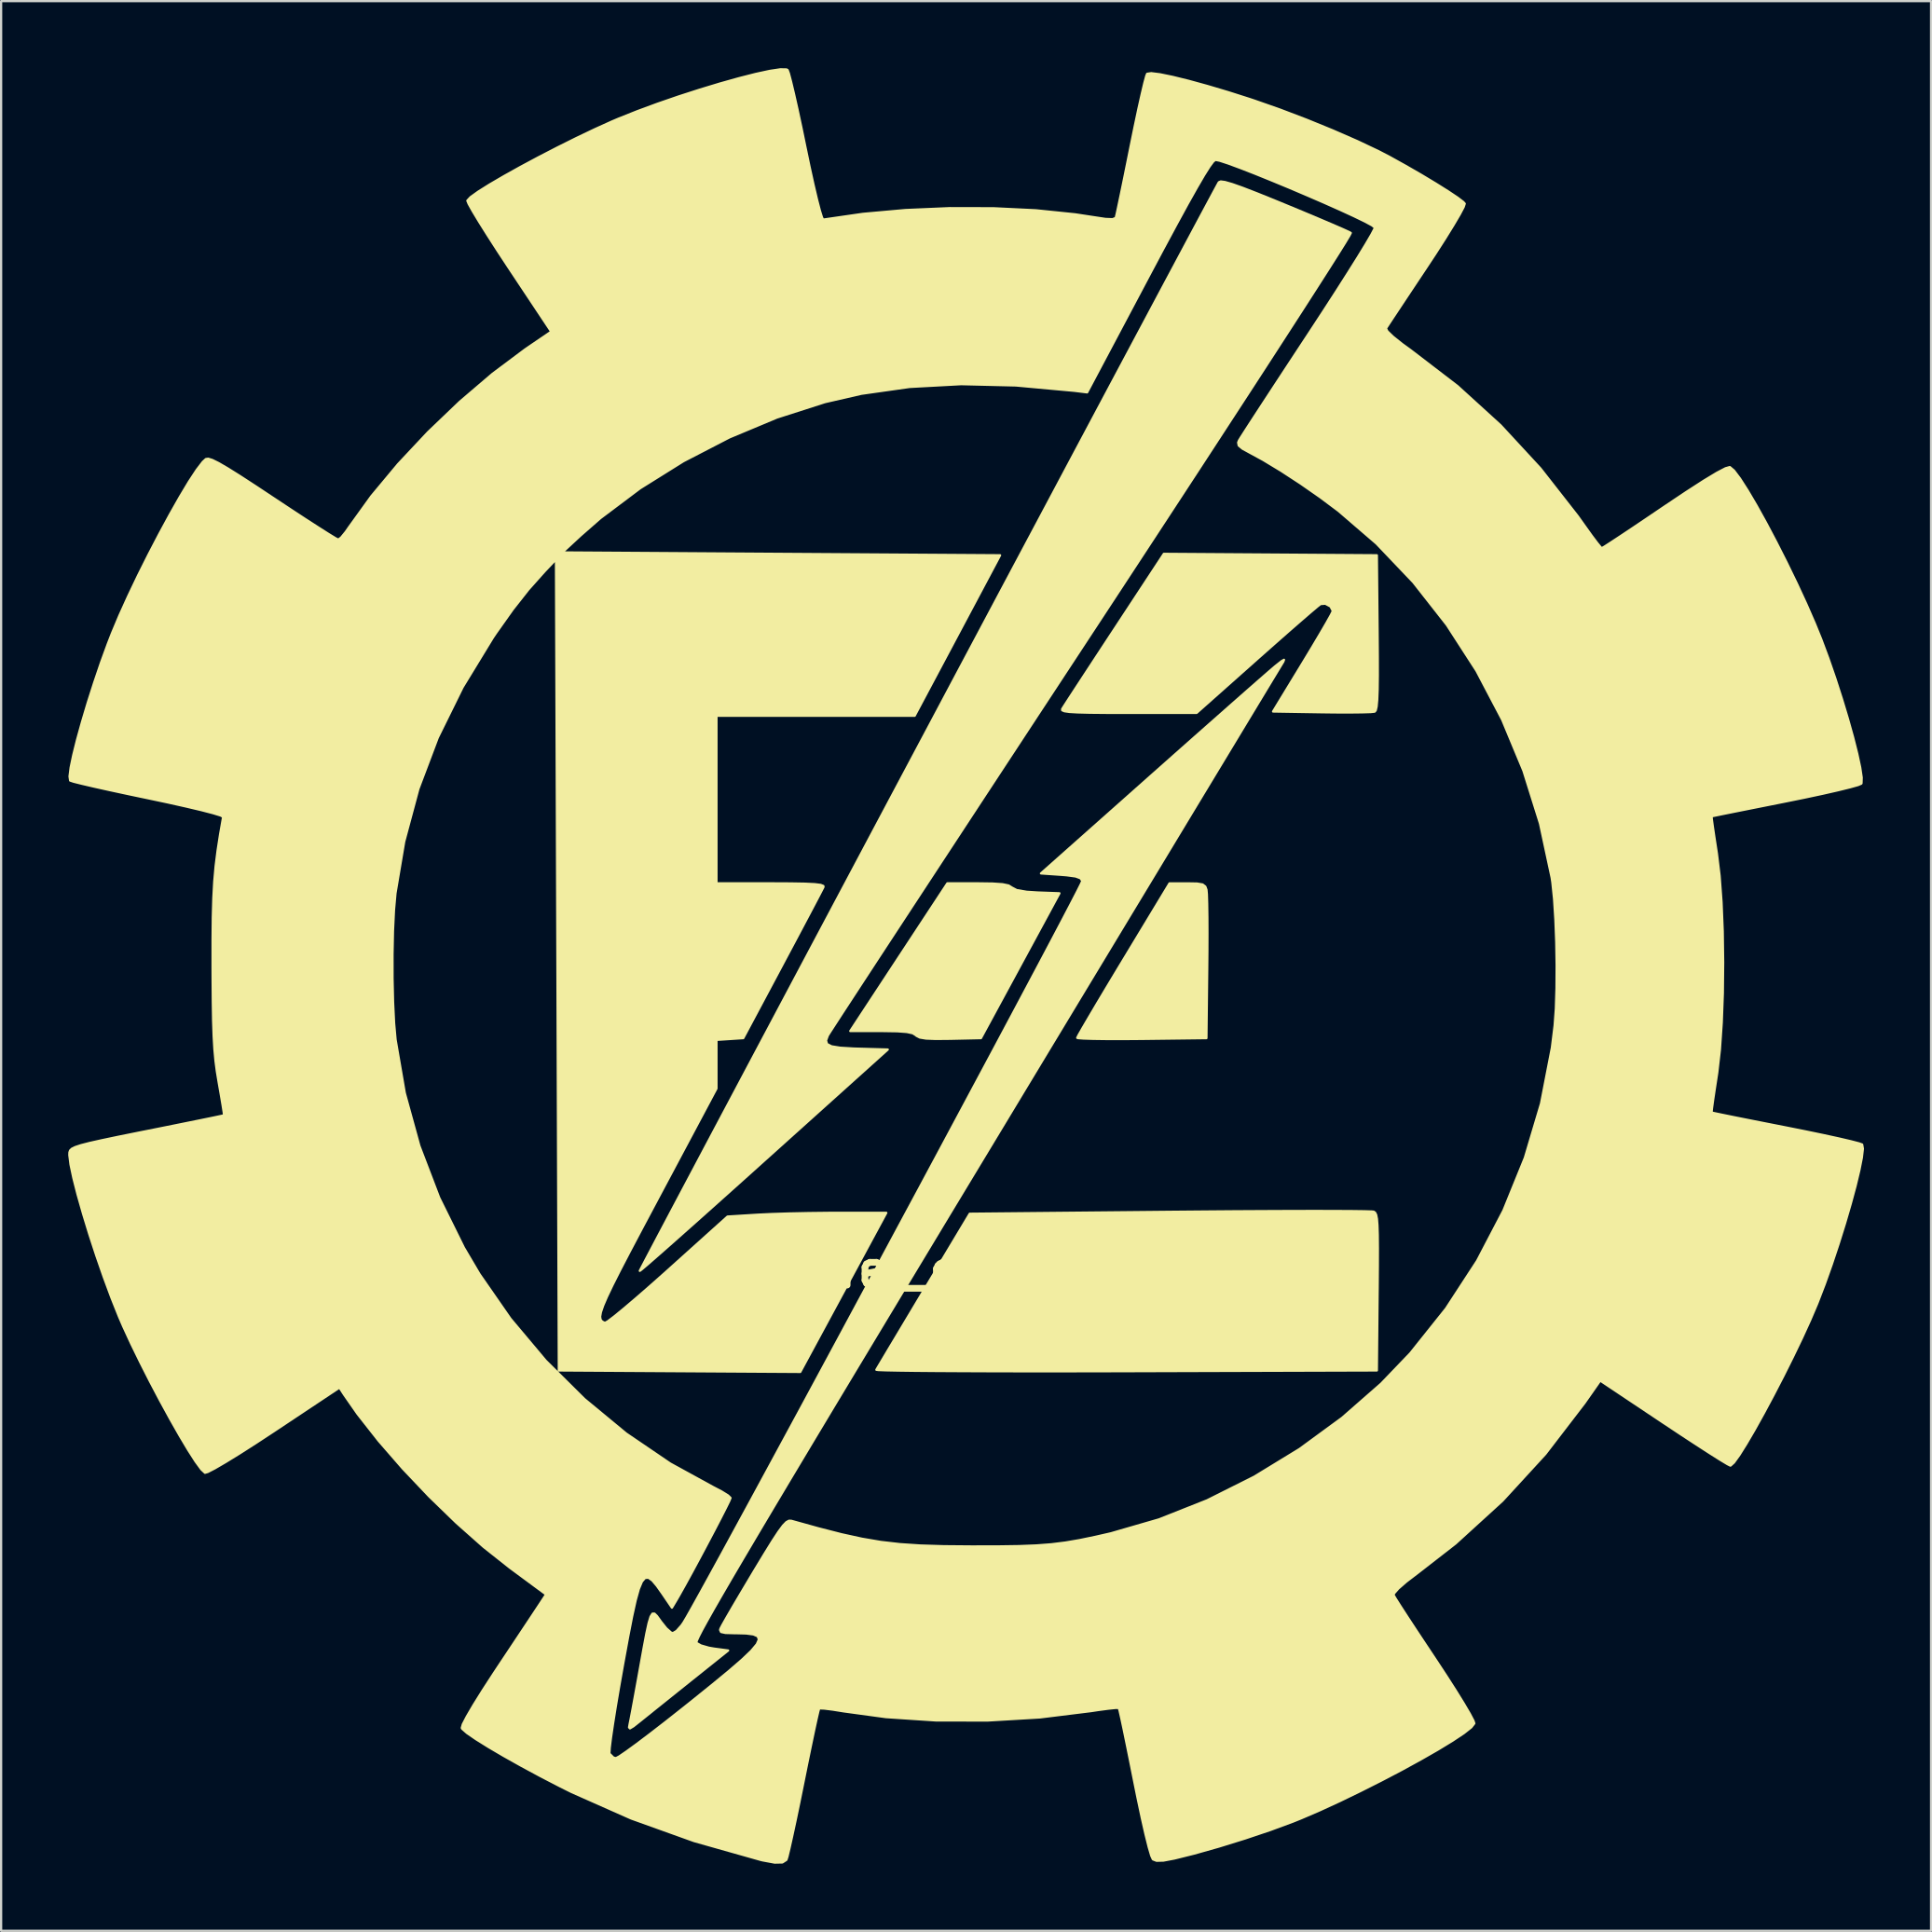
<source format=kicad_pcb>
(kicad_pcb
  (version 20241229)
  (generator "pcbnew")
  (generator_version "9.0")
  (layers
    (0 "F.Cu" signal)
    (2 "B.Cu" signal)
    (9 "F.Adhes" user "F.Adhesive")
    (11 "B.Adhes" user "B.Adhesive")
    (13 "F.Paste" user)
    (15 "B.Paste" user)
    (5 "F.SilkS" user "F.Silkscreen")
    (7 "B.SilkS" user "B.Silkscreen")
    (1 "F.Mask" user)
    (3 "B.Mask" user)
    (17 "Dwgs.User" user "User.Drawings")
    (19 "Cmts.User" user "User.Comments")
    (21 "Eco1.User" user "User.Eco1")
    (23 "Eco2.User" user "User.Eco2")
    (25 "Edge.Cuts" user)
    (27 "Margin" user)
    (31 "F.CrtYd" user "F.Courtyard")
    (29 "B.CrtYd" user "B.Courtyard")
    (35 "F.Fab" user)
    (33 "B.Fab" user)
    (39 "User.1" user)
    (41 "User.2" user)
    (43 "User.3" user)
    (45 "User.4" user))
  (footprint "unifei_grande"
    (layer "F.Cu")
    (at 38.638 53.719)
    (property "Reference" "unifei_grande" (at 0 0 0) (layer "F.SilkS") (effects (font (size 1.524 1.524) (thickness 0.3))))
    (attr through_hole)
    (fp_poly (pts (xy 5.683 -16.828) (xy 3.928 -13.589) (xy 2.173 -10.351) (xy 0.801 -10.321) (xy 0.153 -10.315) (xy -0.285 -10.332) (xy -0.559 -10.378) (xy -0.712 -10.456) (xy -0.735 -10.48) (xy -0.876 -10.569) (xy -1.141 -10.626) (xy -1.572 -10.658) (xy -2.211 -10.668) (xy -2.285 -10.668) (xy -3.67 -10.668) (xy -1.5 -13.97) (xy 0.671 -17.272) (xy 2.034 -17.272) (xy 2.692 -17.263) (xy 3.136 -17.233) (xy 3.409 -17.176) (xy 3.55 -17.088) (xy 3.552 -17.086) (xy 3.773 -16.97) (xy 4.216 -16.895) (xy 4.694 -16.864) (xy 5.683 -16.828)) (stroke (width 0.1) (type solid)) (fill yes) (layer "F.SilkS"))
    (fp_poly (pts (xy 12.3 -15.034) (xy 12.297 -14.198) (xy 12.291 -13.525) (xy 12.255 -10.351) (xy 9.366 -10.316) (xy 8.54 -10.31) (xy 7.806 -10.311) (xy 7.2 -10.319) (xy 6.757 -10.333) (xy 6.513 -10.352) (xy 6.477 -10.365) (xy 6.54 -10.49) (xy 6.72 -10.806) (xy 7 -11.284) (xy 7.364 -11.9) (xy 7.798 -12.626) (xy 8.284 -13.434) (xy 8.541 -13.859) (xy 10.604 -17.271) (xy 11.396 -17.271) (xy 11.834 -17.263) (xy 12.083 -17.222) (xy 12.205 -17.128) (xy 12.257 -16.986) (xy 12.275 -16.784) (xy 12.288 -16.365) (xy 12.297 -15.769) (xy 12.3 -15.034)) (stroke (width 0.1) (type solid)) (fill yes) (layer "F.SilkS"))
    (fp_poly (pts (xy 19.921 -0.953) (xy 19.919 -0.163) (xy 19.911 0.849) (xy 19.909 0.999) (xy 19.875 4.508) (xy 8.66 4.541) (xy 6.998 4.545) (xy 5.411 4.546) (xy 3.918 4.546) (xy 2.536 4.543) (xy 1.284 4.538) (xy 0.179 4.532) (xy -0.76 4.524) (xy -1.516 4.514) (xy -2.07 4.503) (xy -2.405 4.49) (xy -2.504 4.477) (xy -2.429 4.349) (xy -2.238 4.029) (xy -1.95 3.545) (xy -1.578 2.925) (xy -1.141 2.194) (xy -0.654 1.38) (xy -0.391 0.941) (xy 1.671 -2.499) (xy 10.598 -2.585) (xy 12.085 -2.598) (xy 13.501 -2.609) (xy 14.824 -2.616) (xy 16.033 -2.621) (xy 17.108 -2.623) (xy 18.027 -2.621) (xy 18.771 -2.617) (xy 19.317 -2.61) (xy 19.645 -2.6) (xy 19.734 -2.591) (xy 19.796 -2.547) (xy 19.844 -2.449) (xy 19.879 -2.268) (xy 19.902 -1.977) (xy 19.916 -1.548) (xy 19.921 -0.953)) (stroke (width 0.1) (type solid)) (fill yes) (layer "F.SilkS"))
    (fp_poly (pts (xy 19.918 -26.566) (xy 19.91 -25.93) (xy 19.892 -25.475) (xy 19.864 -25.176) (xy 19.825 -25.008) (xy 19.778 -24.949) (xy 19.601 -24.93) (xy 19.216 -24.918) (xy 18.667 -24.912) (xy 18 -24.914) (xy 17.424 -24.921) (xy 15.234 -24.956) (xy 16.571 -27.15) (xy 16.976 -27.821) (xy 17.332 -28.42) (xy 17.619 -28.912) (xy 17.816 -29.264) (xy 17.904 -29.44) (xy 17.907 -29.452) (xy 17.802 -29.652) (xy 17.571 -29.776) (xy 17.356 -29.76) (xy 17.217 -29.651) (xy 16.914 -29.395) (xy 16.474 -29.015) (xy 15.922 -28.534) (xy 15.286 -27.974) (xy 14.59 -27.358) (xy 14.494 -27.273) (xy 11.815 -24.892) (xy 8.758 -24.892) (xy 7.785 -24.894) (xy 7.039 -24.901) (xy 6.495 -24.915) (xy 6.125 -24.937) (xy 5.905 -24.968) (xy 5.806 -25.011) (xy 5.804 -25.066) (xy 5.897 -25.212) (xy 6.111 -25.543) (xy 6.43 -26.032) (xy 6.836 -26.653) (xy 7.311 -27.378) (xy 7.838 -28.181) (xy 8.128 -28.622) (xy 10.351 -32.005) (xy 15.113 -31.973) (xy 19.875 -31.941) (xy 19.909 -28.477) (xy 19.917 -27.406) (xy 19.918 -26.566)) (stroke (width 0.1) (type solid)) (fill yes) (layer "F.SilkS"))
    (fp_poly (pts (xy 18.709 -46.354) (xy 18.652 -46.24) (xy 18.462 -45.924) (xy 18.147 -45.419) (xy 17.713 -44.735) (xy 17.168 -43.883) (xy 16.519 -42.873) (xy 15.773 -41.719) (xy 14.938 -40.429) (xy 14.02 -39.016) (xy 13.026 -37.49) (xy 11.965 -35.862) (xy 10.842 -34.144) (xy 9.665 -32.346) (xy 8.442 -30.48) (xy 7.179 -28.556) (xy 7.14 -28.497) (xy 5.873 -26.568) (xy 4.642 -24.694) (xy 3.456 -22.887) (xy 2.321 -21.158) (xy 1.245 -19.517) (xy 0.235 -17.977) (xy -0.702 -16.548) (xy -1.558 -15.242) (xy -2.326 -14.07) (xy -2.998 -13.042) (xy -3.567 -12.171) (xy -4.027 -11.467) (xy -4.368 -10.941) (xy -4.585 -10.606) (xy -4.67 -10.471) (xy -4.671 -10.471) (xy -4.754 -10.246) (xy -4.71 -10.088) (xy -4.507 -9.984) (xy -4.118 -9.921) (xy -3.512 -9.885) (xy -3.31 -9.879) (xy -1.993 -9.842) (xy -7.537 -4.858) (xy -8.54 -3.957) (xy -9.485 -3.111) (xy -10.355 -2.334) (xy -11.133 -1.642) (xy -11.804 -1.047) (xy -12.351 -0.566) (xy -12.756 -0.213) (xy -13.005 -0.002) (xy -13.081 0.054) (xy -13.022 -0.062) (xy -12.851 -0.389) (xy -12.573 -0.916) (xy -12.196 -1.63) (xy -11.726 -2.518) (xy -11.17 -3.568) (xy -10.534 -4.767) (xy -9.825 -6.104) (xy -9.049 -7.565) (xy -8.214 -9.138) (xy -7.325 -10.811) (xy -6.39 -12.571) (xy -5.415 -14.406) (xy -4.406 -16.304) (xy -3.371 -18.251) (xy -2.316 -20.235) (xy -1.247 -22.245) (xy -0.171 -24.267) (xy 0.904 -26.29) (xy 1.974 -28.3) (xy 3.03 -30.285) (xy 4.067 -32.233) (xy 5.078 -34.131) (xy 6.055 -35.967) (xy 6.993 -37.728) (xy 7.885 -39.403) (xy 8.725 -40.978) (xy 9.505 -42.441) (xy 10.218 -43.779) (xy 10.86 -44.981) (xy 11.422 -46.034) (xy 11.898 -46.925) (xy 12.282 -47.641) (xy 12.566 -48.171) (xy 12.745 -48.502) (xy 12.81 -48.62) (xy 12.895 -48.655) (xy 13.085 -48.63) (xy 13.405 -48.538) (xy 13.877 -48.371) (xy 14.525 -48.12) (xy 15.373 -47.777) (xy 15.762 -47.617) (xy 16.559 -47.287) (xy 17.278 -46.985) (xy 17.886 -46.726) (xy 18.349 -46.525) (xy 18.634 -46.395) (xy 18.709 -46.354)) (stroke (width 0.1) (type solid)) (fill yes) (layer "F.SilkS"))
    (fp_poly (pts (xy 15.723 -27.268) (xy 15.692 -27.182) (xy 15.612 -27.051) (xy 15.528 -26.912) (xy 15.318 -26.566) (xy 14.99 -26.024) (xy 14.55 -25.296) (xy 14.004 -24.392) (xy 13.359 -23.324) (xy 12.62 -22.101) (xy 11.794 -20.734) (xy 10.889 -19.235) (xy 9.909 -17.612) (xy 8.861 -15.878) (xy 7.752 -14.041) (xy 6.588 -12.114) (xy 5.376 -10.106) (xy 4.121 -8.027) (xy 2.831 -5.889) (xy 2.36 -5.109) (xy 0.754 -2.45) (xy -0.723 0.000164) (xy -2.077 2.248) (xy -3.312 4.3) (xy -4.433 6.165) (xy -5.444 7.85) (xy -6.348 9.361) (xy -7.151 10.707) (xy -7.857 11.895) (xy -8.47 12.932) (xy -8.995 13.825) (xy -9.435 14.582) (xy -9.796 15.21) (xy -10.081 15.717) (xy -10.296 16.109) (xy -10.443 16.395) (xy -10.528 16.581) (xy -10.555 16.675) (xy -10.552 16.687) (xy -10.35 16.803) (xy -9.994 16.905) (xy -9.77 16.944) (xy -9.13 17.029) (xy -10.82 18.38) (xy -11.426 18.865) (xy -12.007 19.331) (xy -12.514 19.737) (xy -12.9 20.048) (xy -13.057 20.174) (xy -13.366 20.419) (xy -13.521 20.512) (xy -13.562 20.466) (xy -13.534 20.31) (xy -13.489 20.086) (xy -13.408 19.661) (xy -13.301 19.082) (xy -13.176 18.397) (xy -13.076 17.843) (xy -12.915 16.947) (xy -12.789 16.276) (xy -12.687 15.807) (xy -12.6 15.518) (xy -12.516 15.383) (xy -12.426 15.379) (xy -12.318 15.484) (xy -12.181 15.672) (xy -12.138 15.734) (xy -11.897 16.036) (xy -11.685 16.225) (xy -11.605 16.256) (xy -11.437 16.157) (xy -11.217 15.908) (xy -11.128 15.78) (xy -10.988 15.544) (xy -10.741 15.107) (xy -10.395 14.485) (xy -9.959 13.693) (xy -9.439 12.745) (xy -8.846 11.657) (xy -8.186 10.444) (xy -7.468 9.121) (xy -6.7 7.703) (xy -5.889 6.206) (xy -5.045 4.643) (xy -4.175 3.03) (xy -3.288 1.383) (xy -2.39 -0.283) (xy -1.492 -1.955) (xy -0.599 -3.615) (xy 0.278 -5.25) (xy 1.132 -6.844) (xy 1.956 -8.383) (xy 2.741 -9.85) (xy 3.478 -11.231) (xy 4.16 -12.512) (xy 4.779 -13.676) (xy 5.326 -14.709) (xy 5.793 -15.595) (xy 6.173 -16.321) (xy 6.457 -16.869) (xy 6.637 -17.227) (xy 6.705 -17.377) (xy 6.705 -17.38) (xy 6.625 -17.499) (xy 6.409 -17.579) (xy 6.007 -17.633) (xy 5.761 -17.653) (xy 4.856 -17.716) (xy 9.863 -22.162) (xy 10.836 -23.025) (xy 11.765 -23.848) (xy 12.63 -24.612) (xy 13.41 -25.301) (xy 14.087 -25.897) (xy 14.64 -26.382) (xy 15.049 -26.739) (xy 15.296 -26.951) (xy 15.34 -26.988) (xy 15.615 -27.205) (xy 15.723 -27.268)) (stroke (width 0.1) (type solid)) (fill yes) (layer "F.SilkS"))
    (fp_poly (pts (xy 41.606 -5.406) (xy 41.562 -5.013) (xy 41.45 -4.449) (xy 41.281 -3.747) (xy 41.063 -2.941) (xy 40.807 -2.066) (xy 40.522 -1.154) (xy 40.217 -0.239) (xy 39.902 0.645) (xy 39.587 1.463) (xy 39.556 1.54) (xy 39.25 2.257) (xy 38.886 3.054) (xy 38.479 3.9) (xy 38.048 4.764) (xy 37.607 5.616) (xy 37.174 6.425) (xy 36.765 7.161) (xy 36.395 7.793) (xy 36.083 8.291) (xy 35.843 8.624) (xy 35.692 8.761) (xy 35.68 8.763) (xy 35.546 8.695) (xy 35.229 8.504) (xy 34.759 8.207) (xy 34.165 7.823) (xy 33.475 7.371) (xy 32.718 6.868) (xy 32.708 6.862) (xy 29.861 4.961) (xy 29.159 5.963) (xy 27.914 7.585) (xy 27.914 -13.598) (xy 27.897 -14.643) (xy 27.858 -15.654) (xy 27.8 -16.565) (xy 27.723 -17.312) (xy 27.691 -17.526) (xy 27.171 -19.945) (xy 26.429 -22.308) (xy 25.478 -24.592) (xy 24.331 -26.773) (xy 23.003 -28.828) (xy 21.508 -30.733) (xy 19.859 -32.464) (xy 18.161 -33.926) (xy 17.345 -34.536) (xy 16.467 -35.148) (xy 15.594 -35.718) (xy 14.793 -36.203) (xy 14.242 -36.503) (xy 13.875 -36.703) (xy 13.699 -36.847) (xy 13.673 -36.982) (xy 13.713 -37.079) (xy 13.809 -37.234) (xy 14.03 -37.578) (xy 14.36 -38.087) (xy 14.785 -38.738) (xy 15.289 -39.509) (xy 15.857 -40.375) (xy 16.474 -41.313) (xy 16.833 -41.859) (xy 17.465 -42.824) (xy 18.05 -43.728) (xy 18.573 -44.549) (xy 19.021 -45.262) (xy 19.378 -45.847) (xy 19.631 -46.279) (xy 19.766 -46.536) (xy 19.784 -46.595) (xy 19.662 -46.692) (xy 19.339 -46.866) (xy 18.85 -47.103) (xy 18.231 -47.388) (xy 17.517 -47.706) (xy 16.744 -48.041) (xy 15.948 -48.38) (xy 15.163 -48.705) (xy 14.425 -49.004) (xy 13.77 -49.259) (xy 13.233 -49.458) (xy 12.85 -49.583) (xy 12.655 -49.622) (xy 12.557 -49.544) (xy 12.391 -49.319) (xy 12.149 -48.935) (xy 11.825 -48.38) (xy 11.411 -47.644) (xy 10.903 -46.713) (xy 10.292 -45.578) (xy 9.67 -44.409) (xy 6.921 -39.225) (xy 6.35 -39.295) (xy 3.735 -39.534) (xy 1.284 -39.592) (xy -1.015 -39.468) (xy -3.177 -39.162) (xy -4.802 -38.789) (xy -6.949 -38.1) (xy -9.075 -37.211) (xy -11.131 -36.147) (xy -13.069 -34.936) (xy -14.841 -33.604) (xy -15.736 -32.821) (xy -16.549 -32.068) (xy -6.76 -32.004) (xy 3.029 -31.941) (xy 1.12 -28.353) (xy -0.79 -24.765) (xy -5.221 -24.765) (xy -9.652 -24.765) (xy -9.652 -21.018) (xy -9.652 -17.272) (xy -7.225 -17.272) (xy -6.351 -17.268) (xy -5.705 -17.257) (xy -5.261 -17.235) (xy -4.992 -17.202) (xy -4.874 -17.155) (xy -4.866 -17.113) (xy -4.941 -16.964) (xy -5.12 -16.621) (xy -5.388 -16.112) (xy -5.729 -15.468) (xy -6.127 -14.717) (xy -6.568 -13.89) (xy -6.694 -13.652) (xy -8.455 -10.351) (xy -9.054 -10.312) (xy -9.652 -10.273) (xy -9.652 -9.185) (xy -9.652 -8.098) (xy -12.332 -3.068) (xy -12.984 -1.843) (xy -13.524 -0.821) (xy -13.959 0.015) (xy -14.298 0.686) (xy -14.549 1.211) (xy -14.72 1.609) (xy -14.819 1.9) (xy -14.855 2.102) (xy -14.835 2.235) (xy -14.768 2.319) (xy -14.662 2.372) (xy -14.637 2.381) (xy -14.51 2.311) (xy -14.221 2.092) (xy -13.794 1.742) (xy -13.256 1.285) (xy -12.631 0.741) (xy -11.944 0.132) (xy -11.828 0.027) (xy -9.159 -2.373) (xy -7.798 -2.457) (xy -7.184 -2.486) (xy -6.398 -2.511) (xy -5.525 -2.529) (xy -4.646 -2.539) (xy -4.248 -2.54) (xy -2.059 -2.54) (xy -3.982 1.017) (xy -5.905 4.574) (xy -11.303 4.541) (xy -16.701 4.508) (xy -16.764 -13.626) (xy -16.828 -31.761) (xy -17.344 -31.216) (xy -18.062 -30.411) (xy -18.768 -29.514) (xy -19.514 -28.461) (xy -19.651 -28.258) (xy -21.006 -26.037) (xy -22.114 -23.788) (xy -22.981 -21.494) (xy -23.615 -19.137) (xy -24.005 -16.828) (xy -24.072 -16.075) (xy -24.117 -15.142) (xy -24.138 -14.099) (xy -24.137 -13.017) (xy -24.113 -11.969) (xy -24.067 -11.026) (xy -24.001 -10.287) (xy -23.59 -7.9) (xy -22.937 -5.533) (xy -22.051 -3.216) (xy -20.946 -0.98) (xy -20.252 0.196) (xy -18.863 2.197) (xy -17.29 4.069) (xy -15.557 5.788) (xy -13.692 7.329) (xy -11.72 8.67) (xy -9.813 9.716) (xy -9.421 9.921) (xy -9.137 10.097) (xy -9.024 10.206) (xy -9.024 10.207) (xy -9.079 10.343) (xy -9.235 10.66) (xy -9.469 11.119) (xy -9.759 11.677) (xy -10.085 12.295) (xy -10.424 12.932) (xy -10.755 13.546) (xy -11.057 14.096) (xy -11.307 14.542) (xy -11.435 14.764) (xy -11.644 15.114) (xy -12.076 14.48) (xy -12.318 14.138) (xy -12.521 13.898) (xy -12.695 13.775) (xy -12.847 13.787) (xy -12.987 13.95) (xy -13.124 14.279) (xy -13.267 14.792) (xy -13.424 15.504) (xy -13.605 16.432) (xy -13.818 17.593) (xy -13.844 17.738) (xy -14.011 18.682) (xy -14.158 19.552) (xy -14.279 20.313) (xy -14.37 20.933) (xy -14.425 21.378) (xy -14.44 21.617) (xy -14.436 21.643) (xy -14.26 21.818) (xy -14.148 21.844) (xy -14 21.767) (xy -13.681 21.549) (xy -13.215 21.21) (xy -12.63 20.768) (xy -11.951 20.243) (xy -11.204 19.654) (xy -10.842 19.366) (xy -9.876 18.588) (xy -9.103 17.952) (xy -8.513 17.442) (xy -8.098 17.046) (xy -7.848 16.748) (xy -7.755 16.536) (xy -7.809 16.394) (xy -8.002 16.31) (xy -8.325 16.268) (xy -8.769 16.256) (xy -8.85 16.256) (xy -9.251 16.245) (xy -9.447 16.202) (xy -9.49 16.111) (xy -9.473 16.05) (xy -9.386 15.883) (xy -9.188 15.534) (xy -8.9 15.038) (xy -8.541 14.431) (xy -8.133 13.746) (xy -7.985 13.498) (xy -7.514 12.72) (xy -7.152 12.135) (xy -6.879 11.719) (xy -6.678 11.446) (xy -6.528 11.291) (xy -6.411 11.227) (xy -6.308 11.23) (xy -6.304 11.231) (xy -5.095 11.567) (xy -4.066 11.831) (xy -3.155 12.031) (xy -2.304 12.176) (xy -1.449 12.274) (xy -0.532 12.335) (xy 0.51 12.367) (xy 1.737 12.377) (xy 1.841 12.377) (xy 2.96 12.375) (xy 3.877 12.362) (xy 4.645 12.332) (xy 5.318 12.281) (xy 5.948 12.203) (xy 6.587 12.094) (xy 7.289 11.948) (xy 7.985 11.789) (xy 10.138 11.166) (xy 12.287 10.314) (xy 14.394 9.258) (xy 16.419 8.02) (xy 18.324 6.625) (xy 20.071 5.095) (xy 21.369 3.742) (xy 22.966 1.743) (xy 24.359 -0.394) (xy 25.537 -2.648) (xy 26.493 -5) (xy 27.217 -7.43) (xy 27.701 -9.919) (xy 27.824 -10.914) (xy 27.879 -11.668) (xy 27.908 -12.584) (xy 27.914 -13.598) (xy 27.914 7.585) (xy 27.411 8.241) (xy 25.49 10.334) (xy 23.392 12.246) (xy 21.679 13.578) (xy 21.188 13.953) (xy 20.834 14.262) (xy 20.645 14.477) (xy 20.624 14.552) (xy 20.709 14.698) (xy 20.916 15.025) (xy 21.225 15.503) (xy 21.617 16.1) (xy 22.072 16.787) (xy 22.479 17.399) (xy 22.966 18.139) (xy 23.4 18.816) (xy 23.762 19.401) (xy 24.033 19.863) (xy 24.195 20.172) (xy 24.233 20.289) (xy 24.098 20.463) (xy 23.762 20.728) (xy 23.253 21.066) (xy 22.601 21.463) (xy 21.836 21.901) (xy 20.986 22.367) (xy 20.08 22.842) (xy 19.148 23.312) (xy 18.22 23.762) (xy 17.325 24.174) (xy 16.491 24.533) (xy 16.123 24.681) (xy 15.119 25.052) (xy 13.987 25.433) (xy 12.82 25.795) (xy 11.71 26.109) (xy 10.828 26.329) (xy 10.332 26.423) (xy 10.024 26.431) (xy 9.861 26.367) (xy 9.787 26.204) (xy 9.674 25.819) (xy 9.53 25.242) (xy 9.362 24.501) (xy 9.176 23.624) (xy 9.037 22.936) (xy 8.861 22.057) (xy 8.7 21.263) (xy 8.561 20.587) (xy 8.449 20.062) (xy 8.372 19.722) (xy 8.338 19.599) (xy 8.201 19.597) (xy 7.87 19.631) (xy 7.403 19.693) (xy 7.098 19.739) (xy 4.806 20.022) (xy 2.469 20.16) (xy 0.153 20.156) (xy -2.078 20.008) (xy -3.97 19.75) (xy -4.452 19.673) (xy -4.829 19.626) (xy -5.039 19.617) (xy -5.061 19.624) (xy -5.099 19.758) (xy -5.18 20.108) (xy -5.296 20.64) (xy -5.439 21.323) (xy -5.604 22.121) (xy -5.773 22.958) (xy -5.952 23.842) (xy -6.12 24.648) (xy -6.27 25.341) (xy -6.392 25.885) (xy -6.48 26.248) (xy -6.525 26.39) (xy -6.704 26.506) (xy -7.051 26.513) (xy -7.595 26.412) (xy -7.684 26.39) (xy -10.662 25.547) (xy -13.467 24.54) (xy -16.129 23.359) (xy -16.637 23.106) (xy -17.529 22.644) (xy -18.383 22.183) (xy -19.167 21.743) (xy -19.853 21.34) (xy -20.41 20.992) (xy -20.809 20.717) (xy -21.019 20.532) (xy -21.041 20.496) (xy -20.995 20.332) (xy -20.814 19.981) (xy -20.511 19.464) (xy -20.098 18.802) (xy -19.588 18.017) (xy -19.406 17.742) (xy -18.917 17.008) (xy -18.465 16.328) (xy -18.072 15.736) (xy -17.761 15.267) (xy -17.553 14.953) (xy -17.485 14.85) (xy -17.272 14.523) (xy -18.891 13.327) (xy -20.064 12.398) (xy -21.283 11.317) (xy -22.502 10.135) (xy -23.676 8.897) (xy -24.758 7.653) (xy -25.702 6.452) (xy -26.304 5.588) (xy -26.509 5.273) (xy -29.425 7.213) (xy -30.247 7.753) (xy -30.98 8.222) (xy -31.599 8.603) (xy -32.079 8.883) (xy -32.397 9.047) (xy -32.522 9.083) (xy -32.686 8.93) (xy -32.942 8.58) (xy -33.272 8.065) (xy -33.659 7.417) (xy -34.085 6.668) (xy -34.532 5.851) (xy -34.983 4.996) (xy -35.419 4.137) (xy -35.825 3.305) (xy -36.181 2.533) (xy -36.37 2.095) (xy -36.706 1.255) (xy -37.046 0.337) (xy -37.379 -0.62) (xy -37.693 -1.58) (xy -37.976 -2.506) (xy -38.219 -3.36) (xy -38.409 -4.105) (xy -38.536 -4.705) (xy -38.588 -5.121) (xy -38.584 -5.242) (xy -38.556 -5.326) (xy -38.478 -5.403) (xy -38.325 -5.479) (xy -38.068 -5.564) (xy -37.679 -5.664) (xy -37.132 -5.786) (xy -36.399 -5.94) (xy -35.452 -6.131) (xy -35.115 -6.198) (xy -34.219 -6.377) (xy -33.409 -6.541) (xy -32.718 -6.681) (xy -32.176 -6.792) (xy -31.816 -6.868) (xy -31.671 -6.901) (xy -31.67 -6.902) (xy -31.684 -7.027) (xy -31.735 -7.352) (xy -31.815 -7.827) (xy -31.912 -8.382) (xy -31.992 -8.866) (xy -32.054 -9.342) (xy -32.101 -9.853) (xy -32.135 -10.438) (xy -32.159 -11.139) (xy -32.173 -11.996) (xy -32.181 -13.05) (xy -32.183 -13.525) (xy -32.183 -14.738) (xy -32.173 -15.747) (xy -32.149 -16.602) (xy -32.108 -17.352) (xy -32.046 -18.048) (xy -31.959 -18.74) (xy -31.845 -19.477) (xy -31.71 -20.245) (xy -31.824 -20.307) (xy -32.158 -20.409) (xy -32.685 -20.546) (xy -33.378 -20.71) (xy -34.207 -20.895) (xy -35.077 -21.079) (xy -35.972 -21.267) (xy -36.785 -21.442) (xy -37.482 -21.597) (xy -38.031 -21.725) (xy -38.398 -21.817) (xy -38.551 -21.868) (xy -38.553 -21.869) (xy -38.579 -22.054) (xy -38.53 -22.444) (xy -38.413 -23.004) (xy -38.24 -23.698) (xy -38.019 -24.494) (xy -37.762 -25.355) (xy -37.476 -26.247) (xy -37.174 -27.137) (xy -36.863 -27.988) (xy -36.686 -28.444) (xy -36.352 -29.239) (xy -35.956 -30.113) (xy -35.516 -31.035) (xy -35.047 -31.971) (xy -34.568 -32.89) (xy -34.096 -33.76) (xy -33.648 -34.55) (xy -33.242 -35.227) (xy -32.893 -35.759) (xy -32.62 -36.115) (xy -32.482 -36.243) (xy -32.378 -36.258) (xy -32.196 -36.202) (xy -31.914 -36.063) (xy -31.51 -35.828) (xy -30.961 -35.484) (xy -30.246 -35.019) (xy -29.473 -34.506) (xy -28.722 -34.009) (xy -28.039 -33.561) (xy -27.452 -33.182) (xy -26.991 -32.889) (xy -26.684 -32.702) (xy -26.56 -32.639) (xy -26.433 -32.736) (xy -26.229 -32.986) (xy -26.095 -33.179) (xy -25.086 -34.579) (xy -23.889 -36.016) (xy -22.553 -37.441) (xy -21.128 -38.805) (xy -19.664 -40.055) (xy -18.209 -41.144) (xy -18.077 -41.235) (xy -17.041 -41.94) (xy -18.94 -44.797) (xy -19.44 -45.557) (xy -19.887 -46.252) (xy -20.264 -46.852) (xy -20.552 -47.329) (xy -20.734 -47.654) (xy -20.792 -47.797) (xy -20.792 -47.798) (xy -20.649 -47.952) (xy -20.308 -48.197) (xy -19.802 -48.515) (xy -19.162 -48.889) (xy -18.422 -49.302) (xy -17.612 -49.736) (xy -16.766 -50.173) (xy -15.915 -50.597) (xy -15.092 -50.99) (xy -14.329 -51.335) (xy -14.034 -51.461) (xy -13.201 -51.793) (xy -12.3 -52.126) (xy -11.362 -52.45) (xy -10.42 -52.754) (xy -9.507 -53.031) (xy -8.655 -53.27) (xy -7.898 -53.463) (xy -7.268 -53.599) (xy -6.798 -53.669) (xy -6.521 -53.664) (xy -6.472 -53.639) (xy -6.415 -53.487) (xy -6.318 -53.12) (xy -6.187 -52.571) (xy -6.03 -51.876) (xy -5.856 -51.067) (xy -5.682 -50.223) (xy -5.494 -49.325) (xy -5.318 -48.527) (xy -5.161 -47.861) (xy -5.03 -47.356) (xy -4.933 -47.043) (xy -4.881 -46.95) (xy -3.107 -47.206) (xy -1.202 -47.377) (xy 0.766 -47.461) (xy 2.732 -47.457) (xy 4.628 -47.366) (xy 6.387 -47.185) (xy 7.214 -47.059) (xy 7.739 -46.98) (xy 8.053 -46.968) (xy 8.192 -47.021) (xy 8.202 -47.038) (xy 8.241 -47.198) (xy 8.321 -47.571) (xy 8.437 -48.122) (xy 8.58 -48.815) (xy 8.742 -49.615) (xy 8.874 -50.269) (xy 9.049 -51.125) (xy 9.213 -51.899) (xy 9.36 -52.555) (xy 9.48 -53.059) (xy 9.566 -53.376) (xy 9.604 -53.469) (xy 9.786 -53.496) (xy 10.178 -53.447) (xy 10.748 -53.33) (xy 11.466 -53.153) (xy 12.302 -52.923) (xy 13.224 -52.649) (xy 14.202 -52.337) (xy 14.408 -52.268) (xy 15.547 -51.868) (xy 16.734 -51.416) (xy 17.904 -50.938) (xy 18.996 -50.461) (xy 19.946 -50.011) (xy 20.447 -49.751) (xy 21.165 -49.352) (xy 21.864 -48.949) (xy 22.506 -48.563) (xy 23.057 -48.217) (xy 23.481 -47.934) (xy 23.741 -47.736) (xy 23.805 -47.663) (xy 23.756 -47.513) (xy 23.582 -47.184) (xy 23.301 -46.706) (xy 22.933 -46.11) (xy 22.495 -45.427) (xy 22.12 -44.858) (xy 21.634 -44.128) (xy 21.193 -43.464) (xy 20.817 -42.897) (xy 20.526 -42.458) (xy 20.341 -42.176) (xy 20.283 -42.086) (xy 20.346 -41.956) (xy 20.595 -41.715) (xy 21.001 -41.39) (xy 21.377 -41.117) (xy 23.478 -39.507) (xy 25.405 -37.753) (xy 27.189 -35.823) (xy 28.859 -33.688) (xy 29.176 -33.243) (xy 29.48 -32.818) (xy 29.731 -32.485) (xy 29.892 -32.29) (xy 29.931 -32.258) (xy 30.049 -32.326) (xy 30.349 -32.519) (xy 30.802 -32.817) (xy 31.379 -33.202) (xy 32.052 -33.655) (xy 32.719 -34.107) (xy 33.7 -34.763) (xy 34.486 -35.271) (xy 35.075 -35.627) (xy 35.467 -35.832) (xy 35.658 -35.885) (xy 35.66 -35.884) (xy 35.842 -35.73) (xy 36.111 -35.373) (xy 36.45 -34.845) (xy 36.845 -34.175) (xy 37.278 -33.395) (xy 37.733 -32.534) (xy 38.195 -31.622) (xy 38.648 -30.689) (xy 39.075 -29.767) (xy 39.46 -28.885) (xy 39.743 -28.19) (xy 40.061 -27.339) (xy 40.372 -26.441) (xy 40.666 -25.529) (xy 40.935 -24.639) (xy 41.168 -23.807) (xy 41.355 -23.066) (xy 41.487 -22.453) (xy 41.554 -22.003) (xy 41.546 -21.75) (xy 41.537 -21.73) (xy 41.393 -21.668) (xy 41.034 -21.567) (xy 40.493 -21.434) (xy 39.803 -21.277) (xy 38.998 -21.105) (xy 38.155 -20.934) (xy 37.277 -20.759) (xy 36.486 -20.601) (xy 35.814 -20.467) (xy 35.294 -20.362) (xy 34.959 -20.293) (xy 34.841 -20.268) (xy 34.852 -20.146) (xy 34.896 -19.82) (xy 34.967 -19.336) (xy 35.058 -18.742) (xy 35.079 -18.605) (xy 35.2 -17.613) (xy 35.287 -16.43) (xy 35.34 -15.12) (xy 35.359 -13.744) (xy 35.345 -12.363) (xy 35.296 -11.041) (xy 35.214 -9.838) (xy 35.097 -8.817) (xy 35.079 -8.7) (xy 34.985 -8.086) (xy 34.909 -7.573) (xy 34.859 -7.206) (xy 34.841 -7.033) (xy 34.842 -7.026) (xy 34.968 -6.996) (xy 35.31 -6.925) (xy 35.835 -6.818) (xy 36.512 -6.683) (xy 37.307 -6.526) (xy 38.16 -6.358) (xy 39.045 -6.181) (xy 39.849 -6.014) (xy 40.538 -5.864) (xy 41.078 -5.738) (xy 41.435 -5.645) (xy 41.574 -5.594) (xy 41.606 -5.406)) (stroke (width 0.1) (type solid)) (fill yes) (layer "F.SilkS")))
  (gr_rect
    (start -3 -3)
    (end 83.294 83.282)
    (stroke (width 0.1) (type default))
    (fill no)
    (layer "Edge.Cuts")))
</source>
